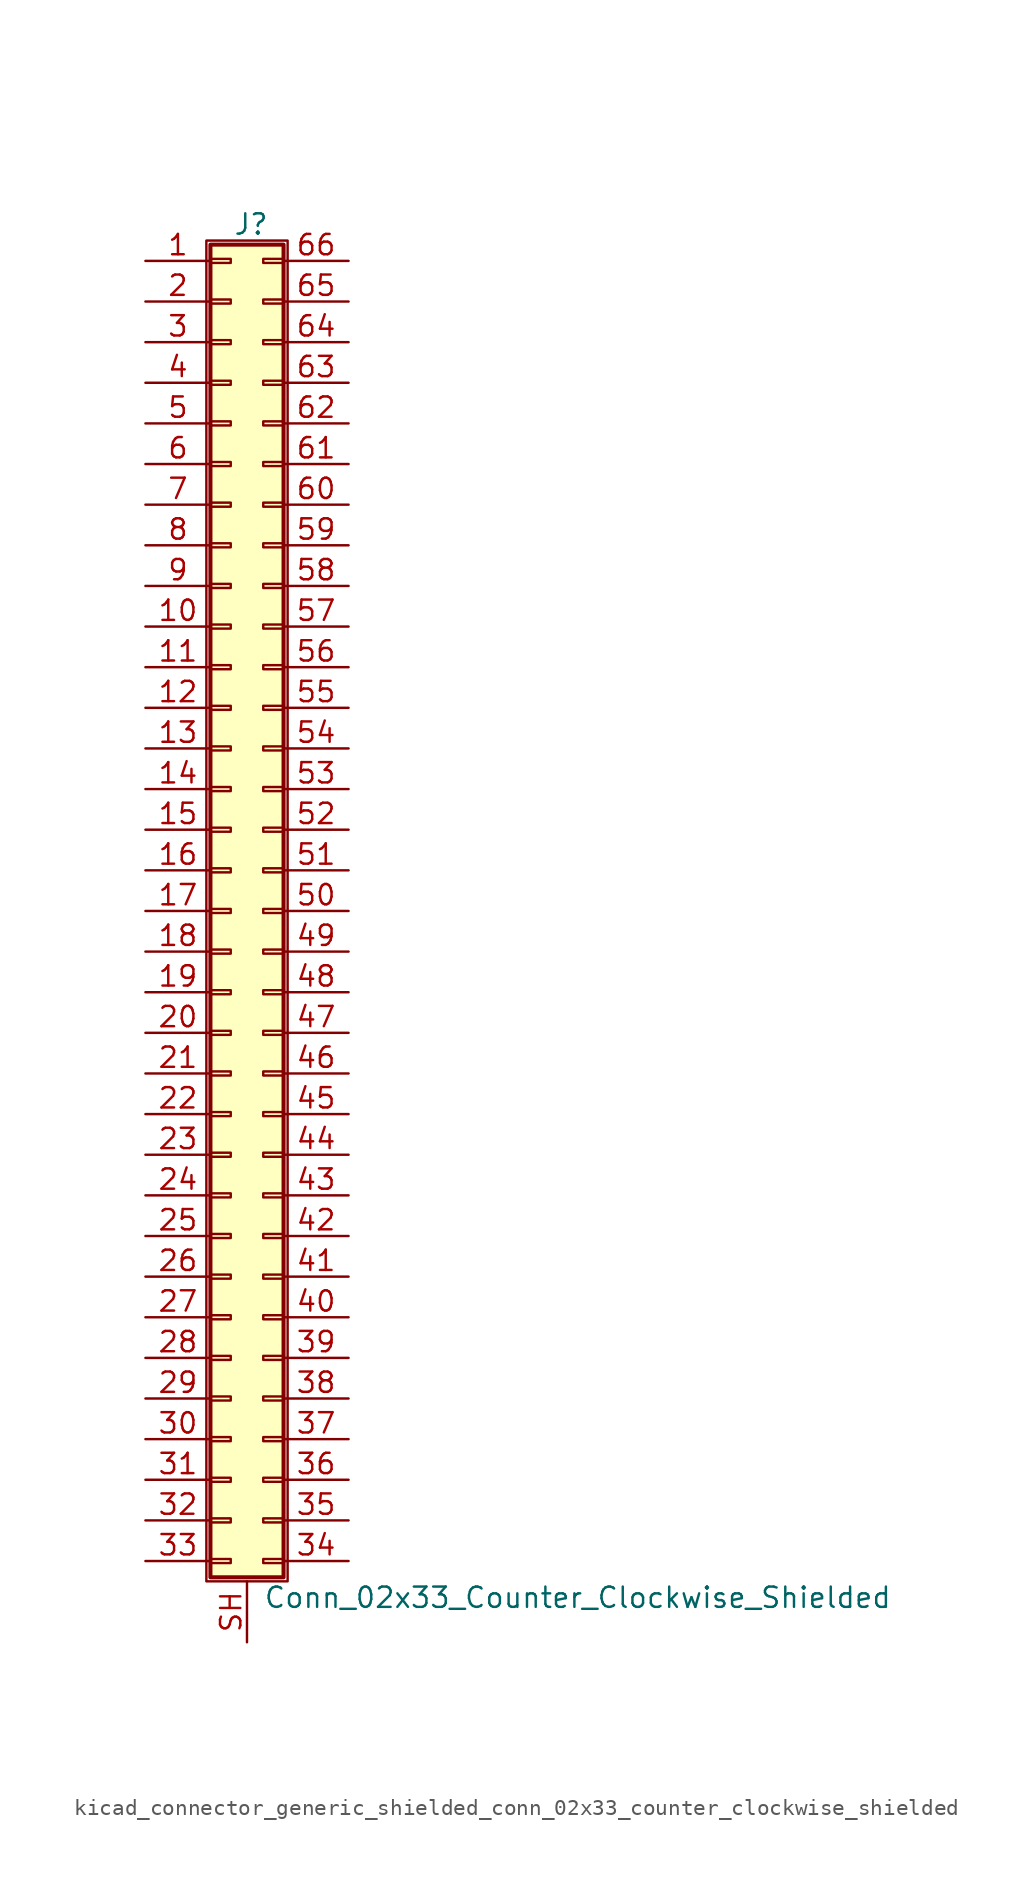
<source format=kicad_sym>
(kicad_symbol_lib
  (version 20220914)
  (generator kicad_symbol_editor)
  (symbol "kicad_connector_generic_shielded_conn_02x33_counter_clockwise_shielded"
    (pin_names
      (offset 1.016) hide)
    (property "Reference" "J"
      (at 1.524 42.926 0)
      (effects (font (size 1.27 1.27))))
    (property "Value" "Conn_02x33_Counter_Clockwise_Shielded"
      (at 2.286 -42.926 0)
      (effects (font (size 1.27 1.27)) (justify left)))
    (symbol "kicad_connector_generic_shielded_conn_02x33_counter_clockwise_shielded_1_1"
      (rectangle (start -1.27 41.91) (end 3.81 -41.91) (stroke (width 0.152) (type default)) (fill (type none)))
      (rectangle (start -1.016 -40.513) (end 0.254 -40.767) (stroke (width 0.152) (type default)) (fill (type none)))
      (rectangle (start -1.016 -37.973) (end 0.254 -38.227) (stroke (width 0.152) (type default)) (fill (type none)))
      (rectangle (start -1.016 -35.433) (end 0.254 -35.687) (stroke (width 0.152) (type default)) (fill (type none)))
      (rectangle (start -1.016 -32.893) (end 0.254 -33.147) (stroke (width 0.152) (type default)) (fill (type none)))
      (rectangle (start -1.016 -30.353) (end 0.254 -30.607) (stroke (width 0.152) (type default)) (fill (type none)))
      (rectangle (start -1.016 -27.813) (end 0.254 -28.067) (stroke (width 0.152) (type default)) (fill (type none)))
      (rectangle (start -1.016 -25.273) (end 0.254 -25.527) (stroke (width 0.152) (type default)) (fill (type none)))
      (rectangle (start -1.016 -22.733) (end 0.254 -22.987) (stroke (width 0.152) (type default)) (fill (type none)))
      (rectangle (start -1.016 -20.193) (end 0.254 -20.447) (stroke (width 0.152) (type default)) (fill (type none)))
      (rectangle (start -1.016 -17.653) (end 0.254 -17.907) (stroke (width 0.152) (type default)) (fill (type none)))
      (rectangle (start -1.016 -15.113) (end 0.254 -15.367) (stroke (width 0.152) (type default)) (fill (type none)))
      (rectangle (start -1.016 -12.573) (end 0.254 -12.827) (stroke (width 0.152) (type default)) (fill (type none)))
      (rectangle (start -1.016 -10.033) (end 0.254 -10.287) (stroke (width 0.152) (type default)) (fill (type none)))
      (rectangle (start -1.016 -7.493) (end 0.254 -7.747) (stroke (width 0.152) (type default)) (fill (type none)))
      (rectangle (start -1.016 -4.953) (end 0.254 -5.207) (stroke (width 0.152) (type default)) (fill (type none)))
      (rectangle (start -1.016 -2.413) (end 0.254 -2.667) (stroke (width 0.152) (type default)) (fill (type none)))
      (rectangle (start -1.016 0.127) (end 0.254 -0.127) (stroke (width 0.152) (type default)) (fill (type none)))
      (rectangle (start -1.016 2.667) (end 0.254 2.413) (stroke (width 0.152) (type default)) (fill (type none)))
      (rectangle (start -1.016 5.207) (end 0.254 4.953) (stroke (width 0.152) (type default)) (fill (type none)))
      (rectangle (start -1.016 7.747) (end 0.254 7.493) (stroke (width 0.152) (type default)) (fill (type none)))
      (rectangle (start -1.016 10.287) (end 0.254 10.033) (stroke (width 0.152) (type default)) (fill (type none)))
      (rectangle (start -1.016 12.827) (end 0.254 12.573) (stroke (width 0.152) (type default)) (fill (type none)))
      (rectangle (start -1.016 15.367) (end 0.254 15.113) (stroke (width 0.152) (type default)) (fill (type none)))
      (rectangle (start -1.016 17.907) (end 0.254 17.653) (stroke (width 0.152) (type default)) (fill (type none)))
      (rectangle (start -1.016 20.447) (end 0.254 20.193) (stroke (width 0.152) (type default)) (fill (type none)))
      (rectangle (start -1.016 22.987) (end 0.254 22.733) (stroke (width 0.152) (type default)) (fill (type none)))
      (rectangle (start -1.016 25.527) (end 0.254 25.273) (stroke (width 0.152) (type default)) (fill (type none)))
      (rectangle (start -1.016 28.067) (end 0.254 27.813) (stroke (width 0.152) (type default)) (fill (type none)))
      (rectangle (start -1.016 30.607) (end 0.254 30.353) (stroke (width 0.152) (type default)) (fill (type none)))
      (rectangle (start -1.016 33.147) (end 0.254 32.893) (stroke (width 0.152) (type default)) (fill (type none)))
      (rectangle (start -1.016 35.687) (end 0.254 35.433) (stroke (width 0.152) (type default)) (fill (type none)))
      (rectangle (start -1.016 38.227) (end 0.254 37.973) (stroke (width 0.152) (type default)) (fill (type none)))
      (rectangle (start -1.016 40.767) (end 0.254 40.513) (stroke (width 0.152) (type default)) (fill (type none)))
      (rectangle (start -1.016 41.656) (end 3.556 -41.656) (stroke (width 0.254) (type default)) (fill (type background)))
      (rectangle (start 3.556 -40.513) (end 2.286 -40.767) (stroke (width 0.152) (type default)) (fill (type none)))
      (rectangle (start 3.556 -37.973) (end 2.286 -38.227) (stroke (width 0.152) (type default)) (fill (type none)))
      (rectangle (start 3.556 -35.433) (end 2.286 -35.687) (stroke (width 0.152) (type default)) (fill (type none)))
      (rectangle (start 3.556 -32.893) (end 2.286 -33.147) (stroke (width 0.152) (type default)) (fill (type none)))
      (rectangle (start 3.556 -30.353) (end 2.286 -30.607) (stroke (width 0.152) (type default)) (fill (type none)))
      (rectangle (start 3.556 -27.813) (end 2.286 -28.067) (stroke (width 0.152) (type default)) (fill (type none)))
      (rectangle (start 3.556 -25.273) (end 2.286 -25.527) (stroke (width 0.152) (type default)) (fill (type none)))
      (rectangle (start 3.556 -22.733) (end 2.286 -22.987) (stroke (width 0.152) (type default)) (fill (type none)))
      (rectangle (start 3.556 -20.193) (end 2.286 -20.447) (stroke (width 0.152) (type default)) (fill (type none)))
      (rectangle (start 3.556 -17.653) (end 2.286 -17.907) (stroke (width 0.152) (type default)) (fill (type none)))
      (rectangle (start 3.556 -15.113) (end 2.286 -15.367) (stroke (width 0.152) (type default)) (fill (type none)))
      (rectangle (start 3.556 -12.573) (end 2.286 -12.827) (stroke (width 0.152) (type default)) (fill (type none)))
      (rectangle (start 3.556 -10.033) (end 2.286 -10.287) (stroke (width 0.152) (type default)) (fill (type none)))
      (rectangle (start 3.556 -7.493) (end 2.286 -7.747) (stroke (width 0.152) (type default)) (fill (type none)))
      (rectangle (start 3.556 -4.953) (end 2.286 -5.207) (stroke (width 0.152) (type default)) (fill (type none)))
      (rectangle (start 3.556 -2.413) (end 2.286 -2.667) (stroke (width 0.152) (type default)) (fill (type none)))
      (rectangle (start 3.556 0.127) (end 2.286 -0.127) (stroke (width 0.152) (type default)) (fill (type none)))
      (rectangle (start 3.556 2.667) (end 2.286 2.413) (stroke (width 0.152) (type default)) (fill (type none)))
      (rectangle (start 3.556 5.207) (end 2.286 4.953) (stroke (width 0.152) (type default)) (fill (type none)))
      (rectangle (start 3.556 7.747) (end 2.286 7.493) (stroke (width 0.152) (type default)) (fill (type none)))
      (rectangle (start 3.556 10.287) (end 2.286 10.033) (stroke (width 0.152) (type default)) (fill (type none)))
      (rectangle (start 3.556 12.827) (end 2.286 12.573) (stroke (width 0.152) (type default)) (fill (type none)))
      (rectangle (start 3.556 15.367) (end 2.286 15.113) (stroke (width 0.152) (type default)) (fill (type none)))
      (rectangle (start 3.556 17.907) (end 2.286 17.653) (stroke (width 0.152) (type default)) (fill (type none)))
      (rectangle (start 3.556 20.447) (end 2.286 20.193) (stroke (width 0.152) (type default)) (fill (type none)))
      (rectangle (start 3.556 22.987) (end 2.286 22.733) (stroke (width 0.152) (type default)) (fill (type none)))
      (rectangle (start 3.556 25.527) (end 2.286 25.273) (stroke (width 0.152) (type default)) (fill (type none)))
      (rectangle (start 3.556 28.067) (end 2.286 27.813) (stroke (width 0.152) (type default)) (fill (type none)))
      (rectangle (start 3.556 30.607) (end 2.286 30.353) (stroke (width 0.152) (type default)) (fill (type none)))
      (rectangle (start 3.556 33.147) (end 2.286 32.893) (stroke (width 0.152) (type default)) (fill (type none)))
      (rectangle (start 3.556 35.687) (end 2.286 35.433) (stroke (width 0.152) (type default)) (fill (type none)))
      (rectangle (start 3.556 38.227) (end 2.286 37.973) (stroke (width 0.152) (type default)) (fill (type none)))
      (rectangle (start 3.556 40.767) (end 2.286 40.513) (stroke (width 0.152) (type default)) (fill (type none)))
      (pin passive line (at -5.08 40.64 0) (length 4.064) (name "Pin_1" (effects (font (size 1.27 1.27)))) (number "1" (effects (font (size 1.27 1.27)))))
      (pin passive line (at -5.08 17.78 0) (length 4.064) (name "Pin_10" (effects (font (size 1.27 1.27)))) (number "10" (effects (font (size 1.27 1.27)))))
      (pin passive line (at -5.08 15.24 0) (length 4.064) (name "Pin_11" (effects (font (size 1.27 1.27)))) (number "11" (effects (font (size 1.27 1.27)))))
      (pin passive line (at -5.08 12.7 0) (length 4.064) (name "Pin_12" (effects (font (size 1.27 1.27)))) (number "12" (effects (font (size 1.27 1.27)))))
      (pin passive line (at -5.08 10.16 0) (length 4.064) (name "Pin_13" (effects (font (size 1.27 1.27)))) (number "13" (effects (font (size 1.27 1.27)))))
      (pin passive line (at -5.08 7.62 0) (length 4.064) (name "Pin_14" (effects (font (size 1.27 1.27)))) (number "14" (effects (font (size 1.27 1.27)))))
      (pin passive line (at -5.08 5.08 0) (length 4.064) (name "Pin_15" (effects (font (size 1.27 1.27)))) (number "15" (effects (font (size 1.27 1.27)))))
      (pin passive line (at -5.08 2.54 0) (length 4.064) (name "Pin_16" (effects (font (size 1.27 1.27)))) (number "16" (effects (font (size 1.27 1.27)))))
      (pin passive line (at -5.08 0 0) (length 4.064) (name "Pin_17" (effects (font (size 1.27 1.27)))) (number "17" (effects (font (size 1.27 1.27)))))
      (pin passive line (at -5.08 -2.54 0) (length 4.064) (name "Pin_18" (effects (font (size 1.27 1.27)))) (number "18" (effects (font (size 1.27 1.27)))))
      (pin passive line (at -5.08 -5.08 0) (length 4.064) (name "Pin_19" (effects (font (size 1.27 1.27)))) (number "19" (effects (font (size 1.27 1.27)))))
      (pin passive line (at -5.08 38.1 0) (length 4.064) (name "Pin_2" (effects (font (size 1.27 1.27)))) (number "2" (effects (font (size 1.27 1.27)))))
      (pin passive line (at -5.08 -7.62 0) (length 4.064) (name "Pin_20" (effects (font (size 1.27 1.27)))) (number "20" (effects (font (size 1.27 1.27)))))
      (pin passive line (at -5.08 -10.16 0) (length 4.064) (name "Pin_21" (effects (font (size 1.27 1.27)))) (number "21" (effects (font (size 1.27 1.27)))))
      (pin passive line (at -5.08 -12.7 0) (length 4.064) (name "Pin_22" (effects (font (size 1.27 1.27)))) (number "22" (effects (font (size 1.27 1.27)))))
      (pin passive line (at -5.08 -15.24 0) (length 4.064) (name "Pin_23" (effects (font (size 1.27 1.27)))) (number "23" (effects (font (size 1.27 1.27)))))
      (pin passive line (at -5.08 -17.78 0) (length 4.064) (name "Pin_24" (effects (font (size 1.27 1.27)))) (number "24" (effects (font (size 1.27 1.27)))))
      (pin passive line (at -5.08 -20.32 0) (length 4.064) (name "Pin_25" (effects (font (size 1.27 1.27)))) (number "25" (effects (font (size 1.27 1.27)))))
      (pin passive line (at -5.08 -22.86 0) (length 4.064) (name "Pin_26" (effects (font (size 1.27 1.27)))) (number "26" (effects (font (size 1.27 1.27)))))
      (pin passive line (at -5.08 -25.4 0) (length 4.064) (name "Pin_27" (effects (font (size 1.27 1.27)))) (number "27" (effects (font (size 1.27 1.27)))))
      (pin passive line (at -5.08 -27.94 0) (length 4.064) (name "Pin_28" (effects (font (size 1.27 1.27)))) (number "28" (effects (font (size 1.27 1.27)))))
      (pin passive line (at -5.08 -30.48 0) (length 4.064) (name "Pin_29" (effects (font (size 1.27 1.27)))) (number "29" (effects (font (size 1.27 1.27)))))
      (pin passive line (at -5.08 35.56 0) (length 4.064) (name "Pin_3" (effects (font (size 1.27 1.27)))) (number "3" (effects (font (size 1.27 1.27)))))
      (pin passive line (at -5.08 -33.02 0) (length 4.064) (name "Pin_30" (effects (font (size 1.27 1.27)))) (number "30" (effects (font (size 1.27 1.27)))))
      (pin passive line (at -5.08 -35.56 0) (length 4.064) (name "Pin_31" (effects (font (size 1.27 1.27)))) (number "31" (effects (font (size 1.27 1.27)))))
      (pin passive line (at -5.08 -38.1 0) (length 4.064) (name "Pin_32" (effects (font (size 1.27 1.27)))) (number "32" (effects (font (size 1.27 1.27)))))
      (pin passive line (at -5.08 -40.64 0) (length 4.064) (name "Pin_33" (effects (font (size 1.27 1.27)))) (number "33" (effects (font (size 1.27 1.27)))))
      (pin passive line (at 7.62 -40.64 180) (length 4.064) (name "Pin_34" (effects (font (size 1.27 1.27)))) (number "34" (effects (font (size 1.27 1.27)))))
      (pin passive line (at 7.62 -38.1 180) (length 4.064) (name "Pin_35" (effects (font (size 1.27 1.27)))) (number "35" (effects (font (size 1.27 1.27)))))
      (pin passive line (at 7.62 -35.56 180) (length 4.064) (name "Pin_36" (effects (font (size 1.27 1.27)))) (number "36" (effects (font (size 1.27 1.27)))))
      (pin passive line (at 7.62 -33.02 180) (length 4.064) (name "Pin_37" (effects (font (size 1.27 1.27)))) (number "37" (effects (font (size 1.27 1.27)))))
      (pin passive line (at 7.62 -30.48 180) (length 4.064) (name "Pin_38" (effects (font (size 1.27 1.27)))) (number "38" (effects (font (size 1.27 1.27)))))
      (pin passive line (at 7.62 -27.94 180) (length 4.064) (name "Pin_39" (effects (font (size 1.27 1.27)))) (number "39" (effects (font (size 1.27 1.27)))))
      (pin passive line (at -5.08 33.02 0) (length 4.064) (name "Pin_4" (effects (font (size 1.27 1.27)))) (number "4" (effects (font (size 1.27 1.27)))))
      (pin passive line (at 7.62 -25.4 180) (length 4.064) (name "Pin_40" (effects (font (size 1.27 1.27)))) (number "40" (effects (font (size 1.27 1.27)))))
      (pin passive line (at 7.62 -22.86 180) (length 4.064) (name "Pin_41" (effects (font (size 1.27 1.27)))) (number "41" (effects (font (size 1.27 1.27)))))
      (pin passive line (at 7.62 -20.32 180) (length 4.064) (name "Pin_42" (effects (font (size 1.27 1.27)))) (number "42" (effects (font (size 1.27 1.27)))))
      (pin passive line (at 7.62 -17.78 180) (length 4.064) (name "Pin_43" (effects (font (size 1.27 1.27)))) (number "43" (effects (font (size 1.27 1.27)))))
      (pin passive line (at 7.62 -15.24 180) (length 4.064) (name "Pin_44" (effects (font (size 1.27 1.27)))) (number "44" (effects (font (size 1.27 1.27)))))
      (pin passive line (at 7.62 -12.7 180) (length 4.064) (name "Pin_45" (effects (font (size 1.27 1.27)))) (number "45" (effects (font (size 1.27 1.27)))))
      (pin passive line (at 7.62 -10.16 180) (length 4.064) (name "Pin_46" (effects (font (size 1.27 1.27)))) (number "46" (effects (font (size 1.27 1.27)))))
      (pin passive line (at 7.62 -7.62 180) (length 4.064) (name "Pin_47" (effects (font (size 1.27 1.27)))) (number "47" (effects (font (size 1.27 1.27)))))
      (pin passive line (at 7.62 -5.08 180) (length 4.064) (name "Pin_48" (effects (font (size 1.27 1.27)))) (number "48" (effects (font (size 1.27 1.27)))))
      (pin passive line (at 7.62 -2.54 180) (length 4.064) (name "Pin_49" (effects (font (size 1.27 1.27)))) (number "49" (effects (font (size 1.27 1.27)))))
      (pin passive line (at -5.08 30.48 0) (length 4.064) (name "Pin_5" (effects (font (size 1.27 1.27)))) (number "5" (effects (font (size 1.27 1.27)))))
      (pin passive line (at 7.62 0 180) (length 4.064) (name "Pin_50" (effects (font (size 1.27 1.27)))) (number "50" (effects (font (size 1.27 1.27)))))
      (pin passive line (at 7.62 2.54 180) (length 4.064) (name "Pin_51" (effects (font (size 1.27 1.27)))) (number "51" (effects (font (size 1.27 1.27)))))
      (pin passive line (at 7.62 5.08 180) (length 4.064) (name "Pin_52" (effects (font (size 1.27 1.27)))) (number "52" (effects (font (size 1.27 1.27)))))
      (pin passive line (at 7.62 7.62 180) (length 4.064) (name "Pin_53" (effects (font (size 1.27 1.27)))) (number "53" (effects (font (size 1.27 1.27)))))
      (pin passive line (at 7.62 10.16 180) (length 4.064) (name "Pin_54" (effects (font (size 1.27 1.27)))) (number "54" (effects (font (size 1.27 1.27)))))
      (pin passive line (at 7.62 12.7 180) (length 4.064) (name "Pin_55" (effects (font (size 1.27 1.27)))) (number "55" (effects (font (size 1.27 1.27)))))
      (pin passive line (at 7.62 15.24 180) (length 4.064) (name "Pin_56" (effects (font (size 1.27 1.27)))) (number "56" (effects (font (size 1.27 1.27)))))
      (pin passive line (at 7.62 17.78 180) (length 4.064) (name "Pin_57" (effects (font (size 1.27 1.27)))) (number "57" (effects (font (size 1.27 1.27)))))
      (pin passive line (at 7.62 20.32 180) (length 4.064) (name "Pin_58" (effects (font (size 1.27 1.27)))) (number "58" (effects (font (size 1.27 1.27)))))
      (pin passive line (at 7.62 22.86 180) (length 4.064) (name "Pin_59" (effects (font (size 1.27 1.27)))) (number "59" (effects (font (size 1.27 1.27)))))
      (pin passive line (at -5.08 27.94 0) (length 4.064) (name "Pin_6" (effects (font (size 1.27 1.27)))) (number "6" (effects (font (size 1.27 1.27)))))
      (pin passive line (at 7.62 25.4 180) (length 4.064) (name "Pin_60" (effects (font (size 1.27 1.27)))) (number "60" (effects (font (size 1.27 1.27)))))
      (pin passive line (at 7.62 27.94 180) (length 4.064) (name "Pin_61" (effects (font (size 1.27 1.27)))) (number "61" (effects (font (size 1.27 1.27)))))
      (pin passive line (at 7.62 30.48 180) (length 4.064) (name "Pin_62" (effects (font (size 1.27 1.27)))) (number "62" (effects (font (size 1.27 1.27)))))
      (pin passive line (at 7.62 33.02 180) (length 4.064) (name "Pin_63" (effects (font (size 1.27 1.27)))) (number "63" (effects (font (size 1.27 1.27)))))
      (pin passive line (at 7.62 35.56 180) (length 4.064) (name "Pin_64" (effects (font (size 1.27 1.27)))) (number "64" (effects (font (size 1.27 1.27)))))
      (pin passive line (at 7.62 38.1 180) (length 4.064) (name "Pin_65" (effects (font (size 1.27 1.27)))) (number "65" (effects (font (size 1.27 1.27)))))
      (pin passive line (at 7.62 40.64 180) (length 4.064) (name "Pin_66" (effects (font (size 1.27 1.27)))) (number "66" (effects (font (size 1.27 1.27)))))
      (pin passive line (at -5.08 25.4 0) (length 4.064) (name "Pin_7" (effects (font (size 1.27 1.27)))) (number "7" (effects (font (size 1.27 1.27)))))
      (pin passive line (at -5.08 22.86 0) (length 4.064) (name "Pin_8" (effects (font (size 1.27 1.27)))) (number "8" (effects (font (size 1.27 1.27)))))
      (pin passive line (at -5.08 20.32 0) (length 4.064) (name "Pin_9" (effects (font (size 1.27 1.27)))) (number "9" (effects (font (size 1.27 1.27)))))
      (pin passive line (at 1.27 -45.72 90) (length 3.81) (name "Shield" (effects (font (size 1.27 1.27)))) (number "SH" (effects (font (size 1.27 1.27))))))))
</source>
